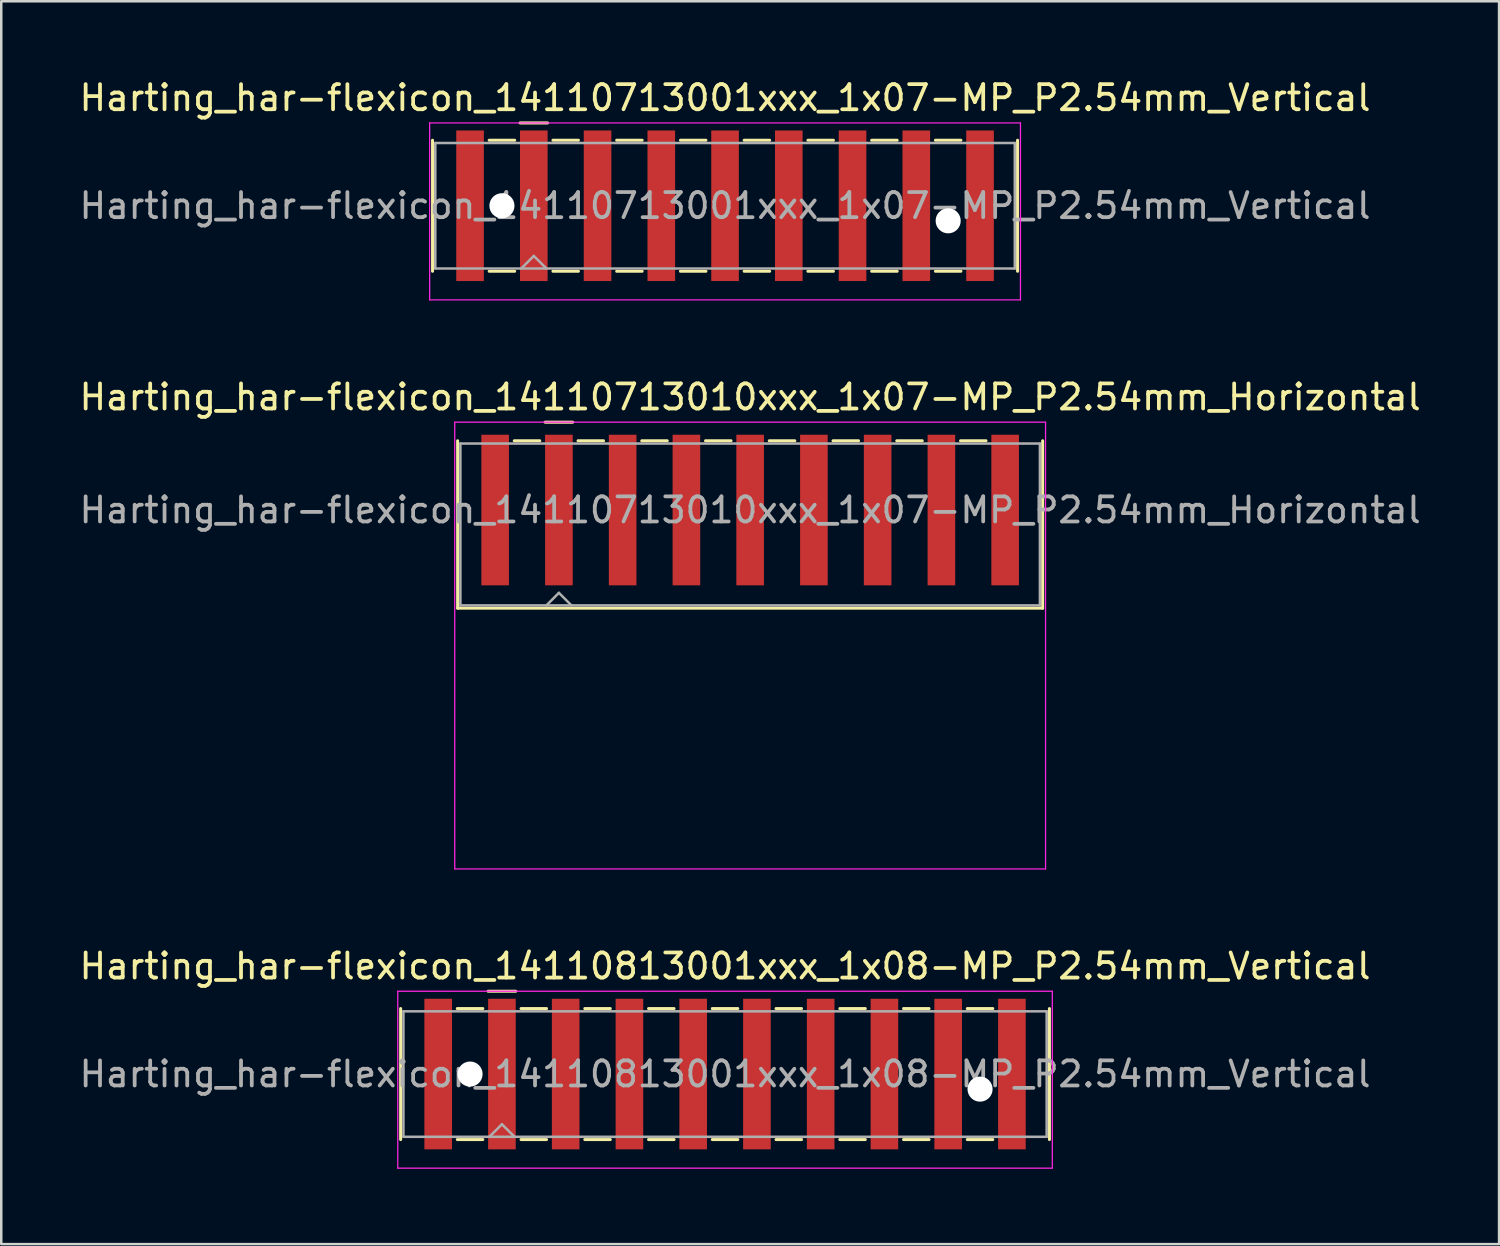
<source format=kicad_pcb>
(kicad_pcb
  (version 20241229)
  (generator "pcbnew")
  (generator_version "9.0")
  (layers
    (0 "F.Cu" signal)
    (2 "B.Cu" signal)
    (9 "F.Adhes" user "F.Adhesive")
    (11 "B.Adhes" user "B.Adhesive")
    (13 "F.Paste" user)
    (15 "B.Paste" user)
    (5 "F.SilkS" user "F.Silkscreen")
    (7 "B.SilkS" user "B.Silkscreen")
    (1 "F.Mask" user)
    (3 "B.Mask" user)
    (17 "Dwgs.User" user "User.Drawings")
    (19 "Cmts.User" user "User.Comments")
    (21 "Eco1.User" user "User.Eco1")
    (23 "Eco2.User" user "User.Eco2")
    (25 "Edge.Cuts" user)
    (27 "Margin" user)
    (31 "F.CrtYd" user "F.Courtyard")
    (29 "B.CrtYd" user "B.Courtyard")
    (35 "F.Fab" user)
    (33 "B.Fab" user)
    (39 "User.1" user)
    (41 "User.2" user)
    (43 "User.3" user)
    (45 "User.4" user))
  (footprint "Harting_har-flexicon_14110813001xxx_1x08-MP_P2.54mm_Vertical"
    (layer "F.Cu")
    (at 25.839 39.745)
    (property "Reference" "Harting_har-flexicon_14110813001xxx_1x08-MP_P2.54mm_Vertical" (at 0 -4.3 0) (layer "F.SilkS") (effects (font (size 1 1) (thickness 0.15))))
    (attr smd)
    (fp_line (start -12.925 -2.61) (end -12.925 2.61) (stroke (width 0.12) (type solid)) (layer "F.SilkS"))
    (fp_line (start -10.668 -2.61) (end -9.652 -2.61) (stroke (width 0.12) (type solid)) (layer "F.SilkS"))
    (fp_line (start -10.668 2.61) (end -9.652 2.61) (stroke (width 0.12) (type solid)) (layer "F.SilkS"))
    (fp_line (start -9.44 -3.3) (end -8.34 -3.3) (stroke (width 0.12) (type solid)) (layer "F.SilkS"))
    (fp_line (start -8.128 -2.61) (end -7.112 -2.61) (stroke (width 0.12) (type solid)) (layer "F.SilkS"))
    (fp_line (start -8.128 2.61) (end -7.112 2.61) (stroke (width 0.12) (type solid)) (layer "F.SilkS"))
    (fp_line (start -5.588 -2.61) (end -4.572 -2.61) (stroke (width 0.12) (type solid)) (layer "F.SilkS"))
    (fp_line (start -5.588 2.61) (end -4.572 2.61) (stroke (width 0.12) (type solid)) (layer "F.SilkS"))
    (fp_line (start -3.048 -2.61) (end -2.032 -2.61) (stroke (width 0.12) (type solid)) (layer "F.SilkS"))
    (fp_line (start -3.048 2.61) (end -2.032 2.61) (stroke (width 0.12) (type solid)) (layer "F.SilkS"))
    (fp_line (start -0.508 -2.61) (end 0.508 -2.61) (stroke (width 0.12) (type solid)) (layer "F.SilkS"))
    (fp_line (start -0.508 2.61) (end 0.508 2.61) (stroke (width 0.12) (type solid)) (layer "F.SilkS"))
    (fp_line (start 2.032 -2.61) (end 3.048 -2.61) (stroke (width 0.12) (type solid)) (layer "F.SilkS"))
    (fp_line (start 2.032 2.61) (end 3.048 2.61) (stroke (width 0.12) (type solid)) (layer "F.SilkS"))
    (fp_line (start 4.572 -2.61) (end 5.588 -2.61) (stroke (width 0.12) (type solid)) (layer "F.SilkS"))
    (fp_line (start 4.572 2.61) (end 5.588 2.61) (stroke (width 0.12) (type solid)) (layer "F.SilkS"))
    (fp_line (start 7.112 -2.61) (end 8.128 -2.61) (stroke (width 0.12) (type solid)) (layer "F.SilkS"))
    (fp_line (start 7.112 2.61) (end 8.128 2.61) (stroke (width 0.12) (type solid)) (layer "F.SilkS"))
    (fp_line (start 9.652 -2.61) (end 10.668 -2.61) (stroke (width 0.12) (type solid)) (layer "F.SilkS"))
    (fp_line (start 9.652 2.61) (end 10.668 2.61) (stroke (width 0.12) (type solid)) (layer "F.SilkS"))
    (fp_line (start 12.925 -2.61) (end 12.925 2.61) (stroke (width 0.12) (type solid)) (layer "F.SilkS"))
    (fp_line (start -13.04 -3.3) (end -13.04 3.75) (stroke (width 0.05) (type solid)) (layer "F.CrtYd"))
    (fp_line (start -13.04 3.75) (end 13.04 3.75) (stroke (width 0.05) (type solid)) (layer "F.CrtYd"))
    (fp_line (start 13.04 -3.3) (end -13.04 -3.3) (stroke (width 0.05) (type solid)) (layer "F.CrtYd"))
    (fp_line (start 13.04 3.75) (end 13.04 -3.3) (stroke (width 0.05) (type solid)) (layer "F.CrtYd"))
    (fp_line (start -12.815 -2.5) (end -12.815 2.5) (stroke (width 0.1) (type solid)) (layer "F.Fab"))
    (fp_line (start -12.815 2.5) (end 12.815 2.5) (stroke (width 0.1) (type solid)) (layer "F.Fab"))
    (fp_line (start -9.39 2.5) (end -8.89 2) (stroke (width 0.1) (type solid)) (layer "F.Fab"))
    (fp_line (start -8.89 2) (end -8.39 2.5) (stroke (width 0.1) (type solid)) (layer "F.Fab"))
    (fp_line (start 12.815 -2.5) (end -12.815 -2.5) (stroke (width 0.1) (type solid)) (layer "F.Fab"))
    (fp_line (start 12.815 2.5) (end 12.815 -2.5) (stroke (width 0.1) (type solid)) (layer "F.Fab"))
    (fp_text user "${REFERENCE}" (at 0 0 0) (layer "F.Fab") (effects (font (size 1 1) (thickness 0.15))))
    (pad "" np_thru_hole circle (at -10.16 0) (size 1 1) (drill 1) (layers "*.Cu" "*.Mask"))
    (pad "" np_thru_hole circle (at 10.16 0.6) (size 1 1) (drill 1) (layers "*.Cu" "*.Mask"))
    (pad "1" smd rect (at -8.89 0) (size 1.1 6) (layers "F.Cu" "F.Mask" "F.Paste"))
    (pad "2" smd rect (at -6.35 0) (size 1.1 6) (layers "F.Cu" "F.Mask" "F.Paste"))
    (pad "3" smd rect (at -3.81 0) (size 1.1 6) (layers "F.Cu" "F.Mask" "F.Paste"))
    (pad "4" smd rect (at -1.27 0) (size 1.1 6) (layers "F.Cu" "F.Mask" "F.Paste"))
    (pad "5" smd rect (at 1.27 0) (size 1.1 6) (layers "F.Cu" "F.Mask" "F.Paste"))
    (pad "6" smd rect (at 3.81 0) (size 1.1 6) (layers "F.Cu" "F.Mask" "F.Paste"))
    (pad "7" smd rect (at 6.35 0) (size 1.1 6) (layers "F.Cu" "F.Mask" "F.Paste"))
    (pad "8" smd rect (at 8.89 0) (size 1.1 6) (layers "F.Cu" "F.Mask" "F.Paste"))
    (pad "MP" smd rect (at -11.43 0) (size 1.1 6) (layers "F.Cu" "F.Mask" "F.Paste"))
    (pad "MP" smd rect (at 11.43 0) (size 1.1 6) (layers "F.Cu" "F.Mask" "F.Paste")))
  (footprint "Harting_har-flexicon_14110713010xxx_1x07-MP_P2.54mm_Horizontal"
    (layer "F.Cu")
    (at 26.839 18.572)
    (property "Reference" "Harting_har-flexicon_14110713010xxx_1x07-MP_P2.54mm_Horizontal" (at 0 -5.8 0) (layer "F.SilkS") (effects (font (size 1 1) (thickness 0.15))))
    (attr smd)
    (fp_line (start -11.655 -4.06) (end -11.655 2.61) (stroke (width 0.12) (type solid)) (layer "F.SilkS"))
    (fp_line (start -9.398 -4.06) (end -8.382 -4.06) (stroke (width 0.12) (type solid)) (layer "F.SilkS"))
    (fp_line (start -8.17 -4.8) (end -7.07 -4.8) (stroke (width 0.12) (type solid)) (layer "F.SilkS"))
    (fp_line (start -6.858 -4.06) (end -5.842 -4.06) (stroke (width 0.12) (type solid)) (layer "F.SilkS"))
    (fp_line (start -4.318 -4.06) (end -3.302 -4.06) (stroke (width 0.12) (type solid)) (layer "F.SilkS"))
    (fp_line (start -1.778 -4.06) (end -0.762 -4.06) (stroke (width 0.12) (type solid)) (layer "F.SilkS"))
    (fp_line (start 0.762 -4.06) (end 1.778 -4.06) (stroke (width 0.12) (type solid)) (layer "F.SilkS"))
    (fp_line (start 3.302 -4.06) (end 4.318 -4.06) (stroke (width 0.12) (type solid)) (layer "F.SilkS"))
    (fp_line (start 5.842 -4.06) (end 6.858 -4.06) (stroke (width 0.12) (type solid)) (layer "F.SilkS"))
    (fp_line (start 8.382 -4.06) (end 9.398 -4.06) (stroke (width 0.12) (type solid)) (layer "F.SilkS"))
    (fp_line (start 11.655 -4.06) (end 11.655 2.61) (stroke (width 0.12) (type solid)) (layer "F.SilkS"))
    (fp_line (start 11.655 2.61) (end -11.655 2.61) (stroke (width 0.12) (type solid)) (layer "F.SilkS"))
    (fp_line (start -11.77 -4.8) (end -11.77 13) (stroke (width 0.05) (type solid)) (layer "F.CrtYd"))
    (fp_line (start -11.77 13) (end 11.77 13) (stroke (width 0.05) (type solid)) (layer "F.CrtYd"))
    (fp_line (start 11.77 -4.8) (end -11.77 -4.8) (stroke (width 0.05) (type solid)) (layer "F.CrtYd"))
    (fp_line (start 11.77 13) (end 11.77 -4.8) (stroke (width 0.05) (type solid)) (layer "F.CrtYd"))
    (fp_line (start -11.545 -3.95) (end -11.545 2.5) (stroke (width 0.1) (type solid)) (layer "F.Fab"))
    (fp_line (start -11.545 2.5) (end 11.545 2.5) (stroke (width 0.1) (type solid)) (layer "F.Fab"))
    (fp_line (start -8.12 2.5) (end -7.62 2) (stroke (width 0.1) (type solid)) (layer "F.Fab"))
    (fp_line (start -7.62 2) (end -7.12 2.5) (stroke (width 0.1) (type solid)) (layer "F.Fab"))
    (fp_line (start 11.545 -3.95) (end -11.545 -3.95) (stroke (width 0.1) (type solid)) (layer "F.Fab"))
    (fp_line (start 11.545 2.5) (end 11.545 -3.95) (stroke (width 0.1) (type solid)) (layer "F.Fab"))
    (fp_text user "${REFERENCE}" (at 0 -1.3 0) (layer "F.Fab") (effects (font (size 1 1) (thickness 0.15))))
    (pad "1" smd rect (at -7.62 -1.3) (size 1.1 6) (layers "F.Cu" "F.Mask" "F.Paste"))
    (pad "2" smd rect (at -5.08 -1.3) (size 1.1 6) (layers "F.Cu" "F.Mask" "F.Paste"))
    (pad "3" smd rect (at -2.54 -1.3) (size 1.1 6) (layers "F.Cu" "F.Mask" "F.Paste"))
    (pad "4" smd rect (at 0 -1.3) (size 1.1 6) (layers "F.Cu" "F.Mask" "F.Paste"))
    (pad "5" smd rect (at 2.54 -1.3) (size 1.1 6) (layers "F.Cu" "F.Mask" "F.Paste"))
    (pad "6" smd rect (at 5.08 -1.3) (size 1.1 6) (layers "F.Cu" "F.Mask" "F.Paste"))
    (pad "7" smd rect (at 7.62 -1.3) (size 1.1 6) (layers "F.Cu" "F.Mask" "F.Paste"))
    (pad "MP" smd rect (at -10.16 -1.3) (size 1.1 6) (layers "F.Cu" "F.Mask" "F.Paste"))
    (pad "MP" smd rect (at 10.16 -1.3) (size 1.1 6) (layers "F.Cu" "F.Mask" "F.Paste")))
  (footprint "Harting_har-flexicon_14110713001xxx_1x07-MP_P2.54mm_Vertical"
    (layer "F.Cu")
    (at 25.839 5.148)
    (property "Reference" "Harting_har-flexicon_14110713001xxx_1x07-MP_P2.54mm_Vertical" (at 0 -4.3 0) (layer "F.SilkS") (effects (font (size 1 1) (thickness 0.15))))
    (attr smd)
    (fp_line (start -11.655 -2.61) (end -11.655 2.61) (stroke (width 0.12) (type solid)) (layer "F.SilkS"))
    (fp_line (start -9.398 -2.61) (end -8.382 -2.61) (stroke (width 0.12) (type solid)) (layer "F.SilkS"))
    (fp_line (start -9.398 2.61) (end -8.382 2.61) (stroke (width 0.12) (type solid)) (layer "F.SilkS"))
    (fp_line (start -8.17 -3.3) (end -7.07 -3.3) (stroke (width 0.12) (type solid)) (layer "F.SilkS"))
    (fp_line (start -6.858 -2.61) (end -5.842 -2.61) (stroke (width 0.12) (type solid)) (layer "F.SilkS"))
    (fp_line (start -6.858 2.61) (end -5.842 2.61) (stroke (width 0.12) (type solid)) (layer "F.SilkS"))
    (fp_line (start -4.318 -2.61) (end -3.302 -2.61) (stroke (width 0.12) (type solid)) (layer "F.SilkS"))
    (fp_line (start -4.318 2.61) (end -3.302 2.61) (stroke (width 0.12) (type solid)) (layer "F.SilkS"))
    (fp_line (start -1.778 -2.61) (end -0.762 -2.61) (stroke (width 0.12) (type solid)) (layer "F.SilkS"))
    (fp_line (start -1.778 2.61) (end -0.762 2.61) (stroke (width 0.12) (type solid)) (layer "F.SilkS"))
    (fp_line (start 0.762 -2.61) (end 1.778 -2.61) (stroke (width 0.12) (type solid)) (layer "F.SilkS"))
    (fp_line (start 0.762 2.61) (end 1.778 2.61) (stroke (width 0.12) (type solid)) (layer "F.SilkS"))
    (fp_line (start 3.302 -2.61) (end 4.318 -2.61) (stroke (width 0.12) (type solid)) (layer "F.SilkS"))
    (fp_line (start 3.302 2.61) (end 4.318 2.61) (stroke (width 0.12) (type solid)) (layer "F.SilkS"))
    (fp_line (start 5.842 -2.61) (end 6.858 -2.61) (stroke (width 0.12) (type solid)) (layer "F.SilkS"))
    (fp_line (start 5.842 2.61) (end 6.858 2.61) (stroke (width 0.12) (type solid)) (layer "F.SilkS"))
    (fp_line (start 8.382 -2.61) (end 9.398 -2.61) (stroke (width 0.12) (type solid)) (layer "F.SilkS"))
    (fp_line (start 8.382 2.61) (end 9.398 2.61) (stroke (width 0.12) (type solid)) (layer "F.SilkS"))
    (fp_line (start 11.655 -2.61) (end 11.655 2.61) (stroke (width 0.12) (type solid)) (layer "F.SilkS"))
    (fp_line (start -11.77 -3.3) (end -11.77 3.75) (stroke (width 0.05) (type solid)) (layer "F.CrtYd"))
    (fp_line (start -11.77 3.75) (end 11.77 3.75) (stroke (width 0.05) (type solid)) (layer "F.CrtYd"))
    (fp_line (start 11.77 -3.3) (end -11.77 -3.3) (stroke (width 0.05) (type solid)) (layer "F.CrtYd"))
    (fp_line (start 11.77 3.75) (end 11.77 -3.3) (stroke (width 0.05) (type solid)) (layer "F.CrtYd"))
    (fp_line (start -11.545 -2.5) (end -11.545 2.5) (stroke (width 0.1) (type solid)) (layer "F.Fab"))
    (fp_line (start -11.545 2.5) (end 11.545 2.5) (stroke (width 0.1) (type solid)) (layer "F.Fab"))
    (fp_line (start -8.12 2.5) (end -7.62 2) (stroke (width 0.1) (type solid)) (layer "F.Fab"))
    (fp_line (start -7.62 2) (end -7.12 2.5) (stroke (width 0.1) (type solid)) (layer "F.Fab"))
    (fp_line (start 11.545 -2.5) (end -11.545 -2.5) (stroke (width 0.1) (type solid)) (layer "F.Fab"))
    (fp_line (start 11.545 2.5) (end 11.545 -2.5) (stroke (width 0.1) (type solid)) (layer "F.Fab"))
    (fp_text user "${REFERENCE}" (at 0 0 0) (layer "F.Fab") (effects (font (size 1 1) (thickness 0.15))))
    (pad "" np_thru_hole circle (at -8.89 0) (size 1 1) (drill 1) (layers "*.Cu" "*.Mask"))
    (pad "" np_thru_hole circle (at 8.89 0.6) (size 1 1) (drill 1) (layers "*.Cu" "*.Mask"))
    (pad "1" smd rect (at -7.62 0) (size 1.1 6) (layers "F.Cu" "F.Mask" "F.Paste"))
    (pad "2" smd rect (at -5.08 0) (size 1.1 6) (layers "F.Cu" "F.Mask" "F.Paste"))
    (pad "3" smd rect (at -2.54 0) (size 1.1 6) (layers "F.Cu" "F.Mask" "F.Paste"))
    (pad "4" smd rect (at 0 0) (size 1.1 6) (layers "F.Cu" "F.Mask" "F.Paste"))
    (pad "5" smd rect (at 2.54 0) (size 1.1 6) (layers "F.Cu" "F.Mask" "F.Paste"))
    (pad "6" smd rect (at 5.08 0) (size 1.1 6) (layers "F.Cu" "F.Mask" "F.Paste"))
    (pad "7" smd rect (at 7.62 0) (size 1.1 6) (layers "F.Cu" "F.Mask" "F.Paste"))
    (pad "MP" smd rect (at -10.16 0) (size 1.1 6) (layers "F.Cu" "F.Mask" "F.Paste"))
    (pad "MP" smd rect (at 10.16 0) (size 1.1 6) (layers "F.Cu" "F.Mask" "F.Paste")))
  (gr_rect
    (start -3 -3)
    (end 56.679 46.52)
    (stroke (width 0.1) (type default))
    (fill no)
    (layer "Edge.Cuts")))
</source>
